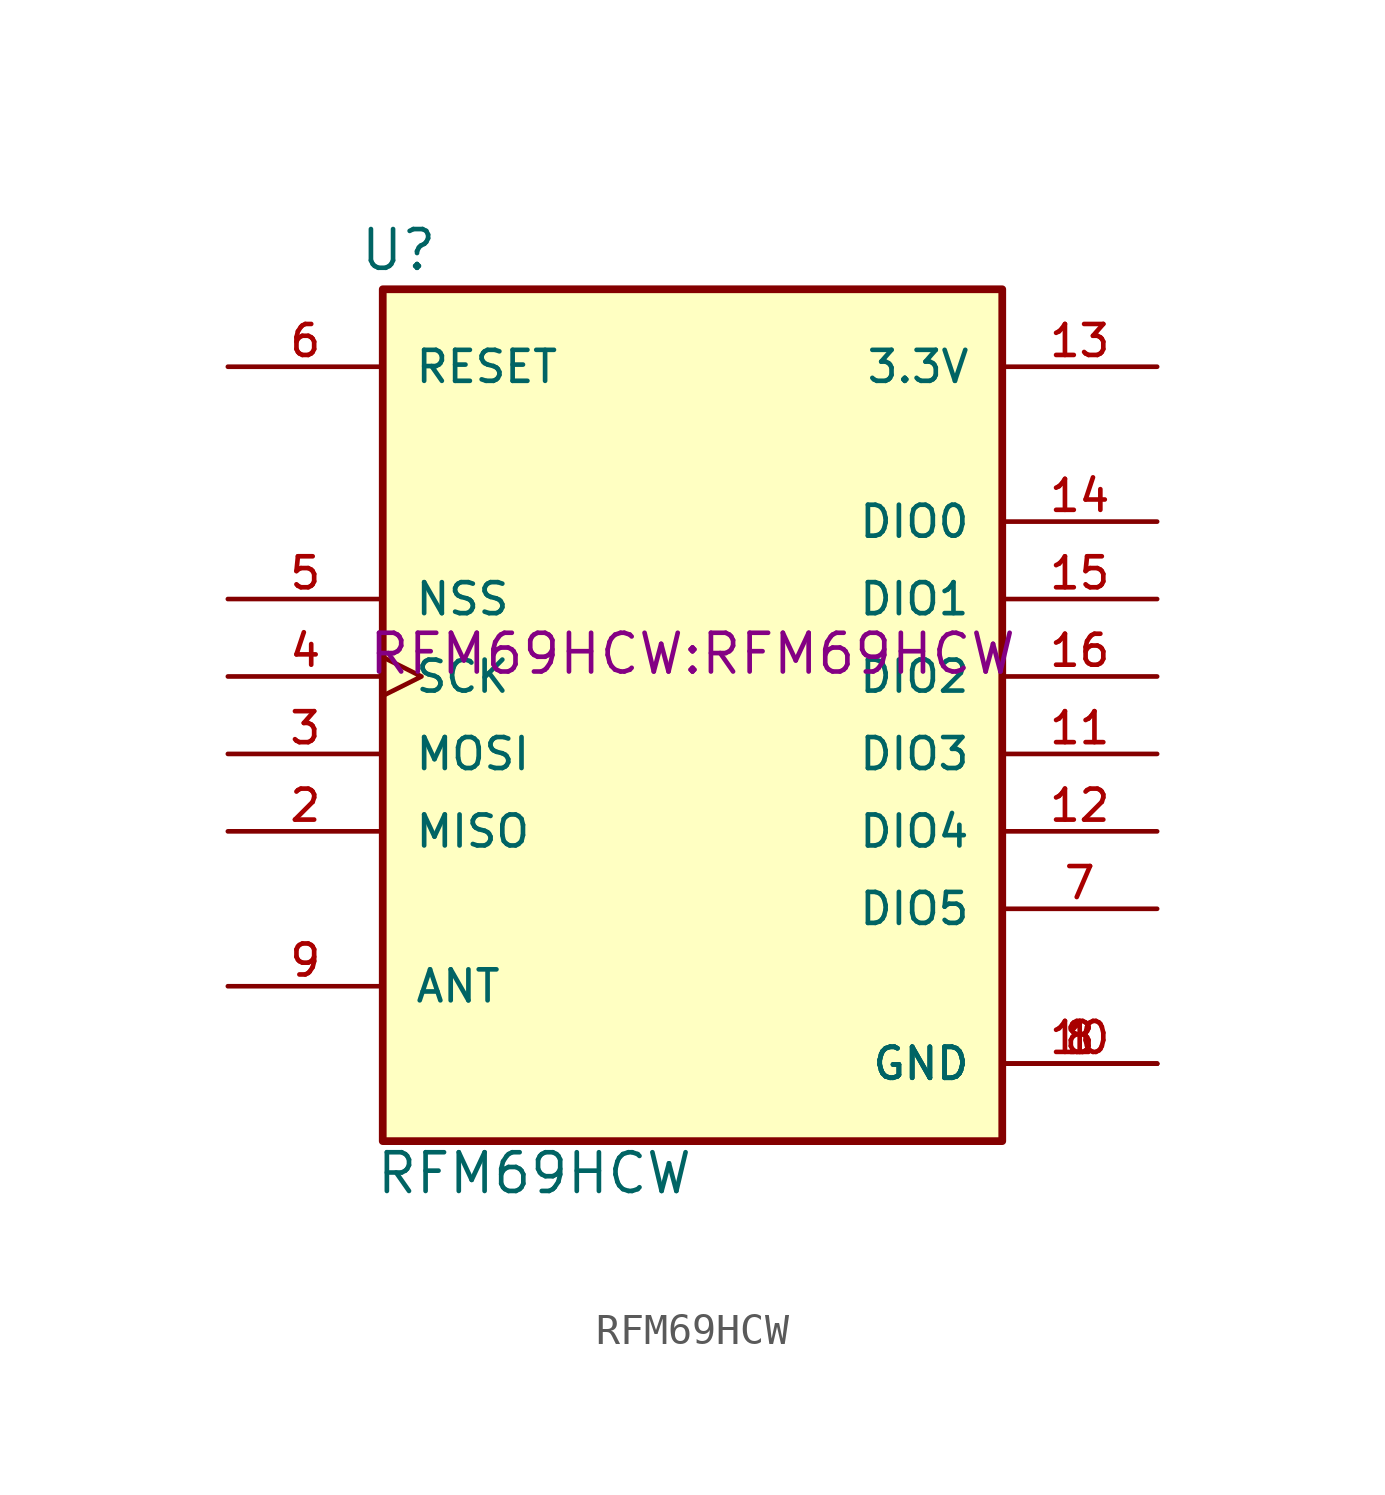
<source format=kicad_sym>
(kicad_symbol_lib
  (version 20231120)
  (generator "kicad_symbol_editor")
  (generator_version "8.0")
  (symbol "RFM69HCW"
    (pin_names
      (offset 1.016))
    (property "Reference" "U"
      (at -10.95 13.242 0)
      (effects (font (size 1.27 1.27)) (justify left bottom)))
    (property "Value" "RFM69HCW"
      (at -10.427 -17.038 0)
      (effects (font (size 1.27 1.27)) (justify left bottom)))
    (property "Footprint" "RFM69HCW:RFM69HCW"
      (at 0 0 0)
      (effects (font (size 1.27 1.27)) (justify bottom)))
    (symbol "RFM69HCW_0_0"
      (rectangle (start -10.16 12.7) (end 10.16 -15.24) (stroke (width 0.254) (type default)) (fill (type background)))
      (pin power_in line (at 15.24 -12.7 180) (length 5.08) (name "GND" (effects (font (size 1.016 1.016)))) (number "1" (effects (font (size 1.016 1.016)))))
      (pin power_in line (at 15.24 -12.7 180) (length 5.08) (name "GND" (effects (font (size 1.016 1.016)))) (number "10" (effects (font (size 1.016 1.016)))))
      (pin bidirectional line (at 15.24 -2.54 180) (length 5.08) (name "DIO3" (effects (font (size 1.016 1.016)))) (number "11" (effects (font (size 1.016 1.016)))))
      (pin bidirectional line (at 15.24 -5.08 180) (length 5.08) (name "DIO4" (effects (font (size 1.016 1.016)))) (number "12" (effects (font (size 1.016 1.016)))))
      (pin power_in line (at 15.24 10.16 180) (length 5.08) (name "3.3V" (effects (font (size 1.016 1.016)))) (number "13" (effects (font (size 1.016 1.016)))))
      (pin bidirectional line (at 15.24 5.08 180) (length 5.08) (name "DIO0" (effects (font (size 1.016 1.016)))) (number "14" (effects (font (size 1.016 1.016)))))
      (pin bidirectional line (at 15.24 2.54 180) (length 5.08) (name "DIO1" (effects (font (size 1.016 1.016)))) (number "15" (effects (font (size 1.016 1.016)))))
      (pin bidirectional line (at 15.24 0 180) (length 5.08) (name "DIO2" (effects (font (size 1.016 1.016)))) (number "16" (effects (font (size 1.016 1.016)))))
      (pin input line (at -15.24 -5.08 0) (length 5.08) (name "MISO" (effects (font (size 1.016 1.016)))) (number "2" (effects (font (size 1.016 1.016)))))
      (pin output line (at -15.24 -2.54 0) (length 5.08) (name "MOSI" (effects (font (size 1.016 1.016)))) (number "3" (effects (font (size 1.016 1.016)))))
      (pin input clock (at -15.24 0 0) (length 5.08) (name "SCK" (effects (font (size 1.016 1.016)))) (number "4" (effects (font (size 1.016 1.016)))))
      (pin input line (at -15.24 2.54 0) (length 5.08) (name "NSS" (effects (font (size 1.016 1.016)))) (number "5" (effects (font (size 1.016 1.016)))))
      (pin bidirectional line (at -15.24 10.16 0) (length 5.08) (name "RESET" (effects (font (size 1.016 1.016)))) (number "6" (effects (font (size 1.016 1.016)))))
      (pin bidirectional line (at 15.24 -7.62 180) (length 5.08) (name "DIO5" (effects (font (size 1.016 1.016)))) (number "7" (effects (font (size 1.016 1.016)))))
      (pin power_in line (at 15.24 -12.7 180) (length 5.08) (name "GND" (effects (font (size 1.016 1.016)))) (number "8" (effects (font (size 1.016 1.016)))))
      (pin bidirectional line (at -15.24 -10.16 0) (length 5.08) (name "ANT" (effects (font (size 1.016 1.016)))) (number "9" (effects (font (size 1.016 1.016))))))))
</source>
